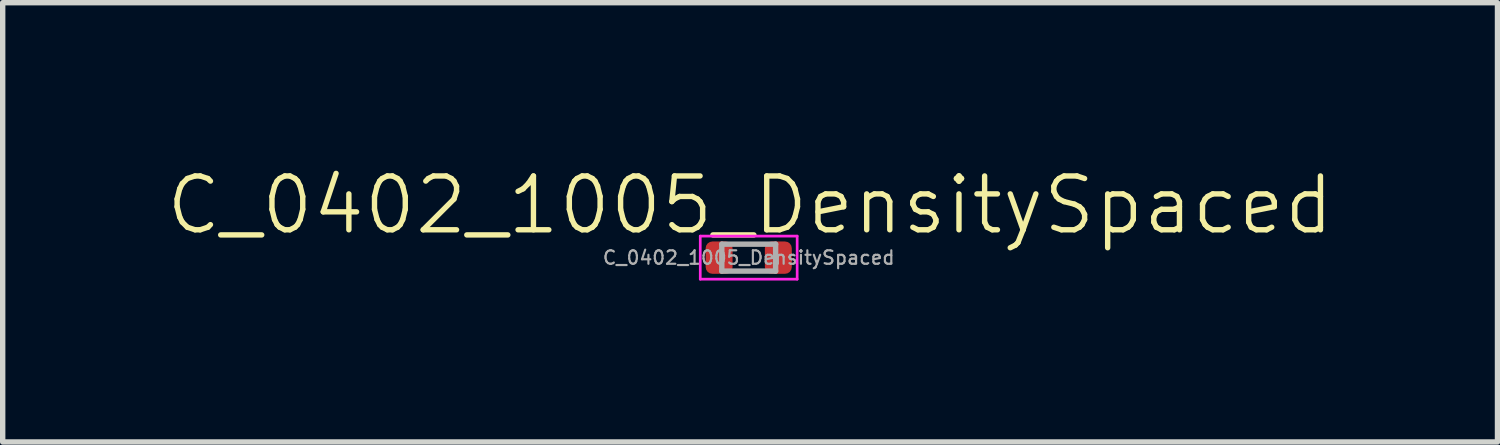
<source format=kicad_pcb>
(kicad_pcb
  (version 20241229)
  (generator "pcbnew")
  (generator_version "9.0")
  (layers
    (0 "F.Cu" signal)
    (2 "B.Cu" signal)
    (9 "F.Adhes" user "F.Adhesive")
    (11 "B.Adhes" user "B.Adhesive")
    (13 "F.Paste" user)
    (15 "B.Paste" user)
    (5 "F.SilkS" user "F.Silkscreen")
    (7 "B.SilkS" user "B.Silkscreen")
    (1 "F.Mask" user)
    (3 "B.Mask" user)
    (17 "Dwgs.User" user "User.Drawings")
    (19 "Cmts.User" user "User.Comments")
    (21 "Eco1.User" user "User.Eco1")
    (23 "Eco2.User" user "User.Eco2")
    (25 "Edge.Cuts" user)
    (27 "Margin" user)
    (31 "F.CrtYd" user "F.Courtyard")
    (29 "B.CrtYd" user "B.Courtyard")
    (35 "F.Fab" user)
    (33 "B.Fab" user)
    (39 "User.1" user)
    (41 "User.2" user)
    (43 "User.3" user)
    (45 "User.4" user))
  (footprint "C_0402_1005_DensitySpaced"
    (layer "F.Cu")
    (at 10.858 1.736)
    (property "Reference" "C_0402_1005_DensitySpaced" (at 0.025 -0.975 0) (unlocked yes) (layer "F.SilkS") (effects (font (size 1 1) (thickness 0.1))))
    (attr smd)
    (fp_line (start -0.9 -0.4) (end 0.9 -0.4) (stroke (width 0.05) (type solid)) (layer "F.CrtYd"))
    (fp_line (start -0.9 0.4) (end -0.9 -0.4) (stroke (width 0.05) (type solid)) (layer "F.CrtYd"))
    (fp_line (start 0.9 -0.4) (end 0.9 0.4) (stroke (width 0.05) (type solid)) (layer "F.CrtYd"))
    (fp_line (start 0.9 0.4) (end -0.9 0.4) (stroke (width 0.05) (type solid)) (layer "F.CrtYd"))
    (fp_line (start -0.5 -0.25) (end 0.5 -0.25) (stroke (width 0.1) (type solid)) (layer "F.Fab"))
    (fp_line (start -0.5 0.25) (end -0.5 -0.25) (stroke (width 0.1) (type solid)) (layer "F.Fab"))
    (fp_line (start 0.5 -0.25) (end 0.5 0.25) (stroke (width 0.1) (type solid)) (layer "F.Fab"))
    (fp_line (start 0.5 0.25) (end -0.5 0.25) (stroke (width 0.1) (type solid)) (layer "F.Fab"))
    (fp_text user "${REFERENCE}" (at 0 0 0) (layer "F.Fab") (effects (font (size 0.25 0.25) (thickness 0.04))))
    (pad "1" smd roundrect (at -0.55 0) (size 0.5 0.6) (layers "F.Cu" "F.Mask" "F.Paste") (roundrect_rratio 0.25))
    (pad "2" smd roundrect (at 0.55 0) (size 0.5 0.6) (layers "F.Cu" "F.Mask" "F.Paste") (roundrect_rratio 0.25)))
  (gr_rect
    (start -3 -3)
    (end 24.767 5.16)
    (stroke (width 0.1) (type default))
    (fill no)
    (layer "Edge.Cuts")))
</source>
